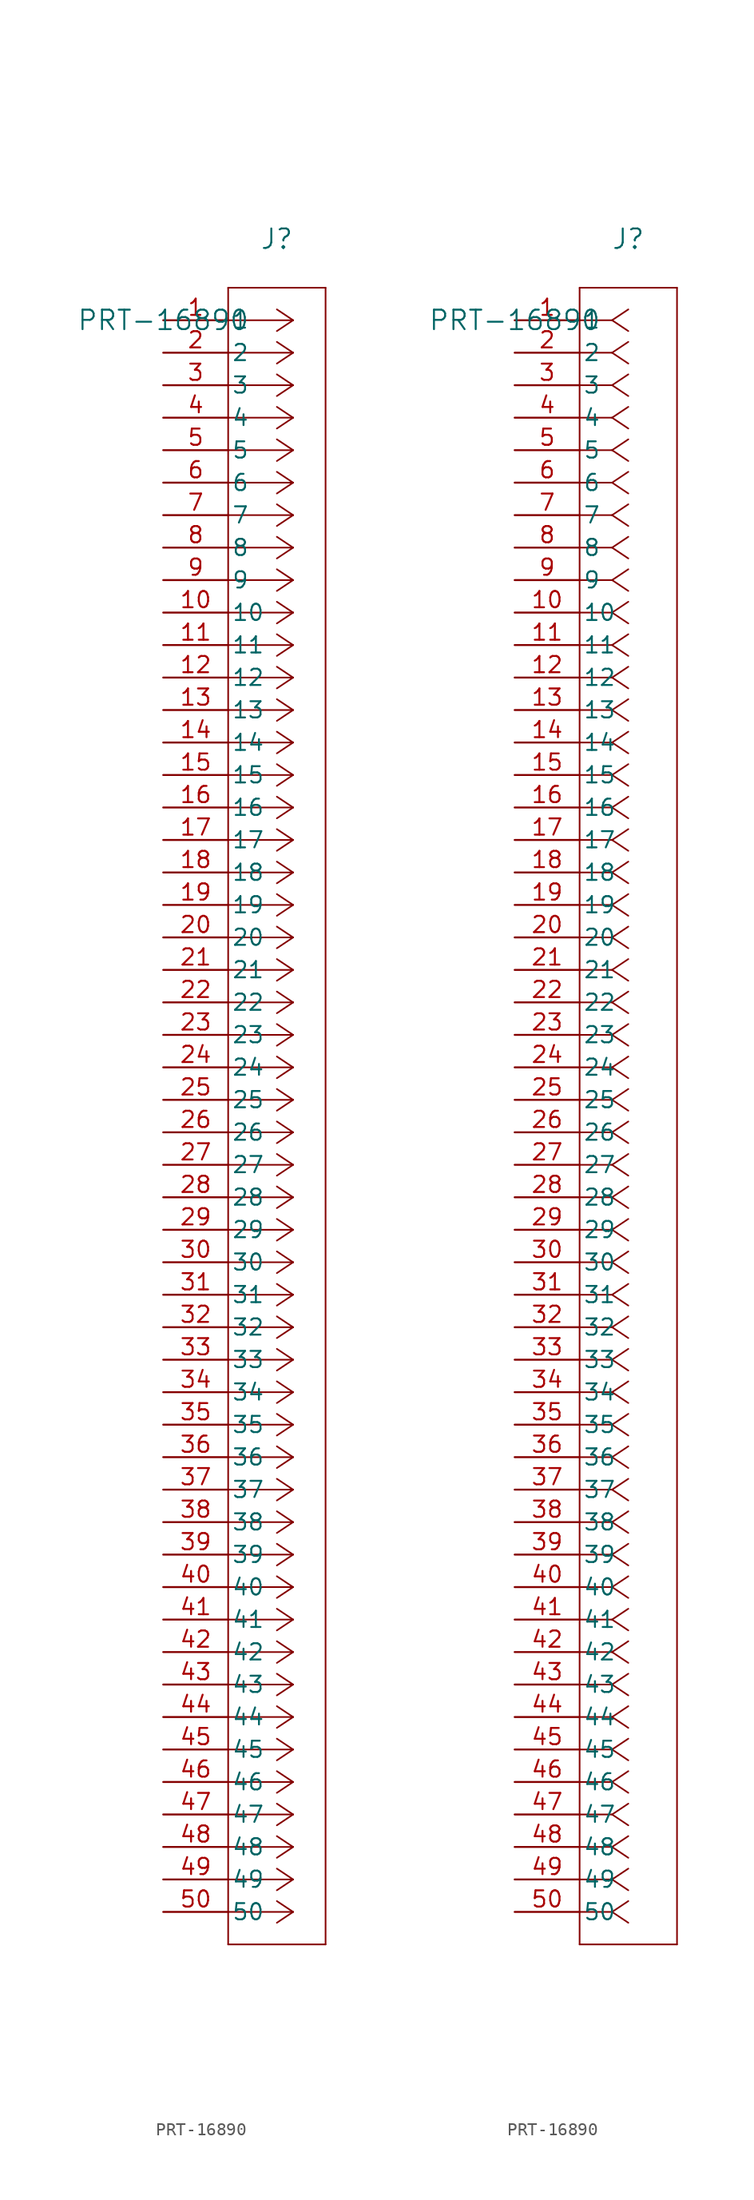
<source format=kicad_sym>
(kicad_symbol_lib
  (version 20220914)
  (generator kicad_symbol_editor)
  (symbol "PRT-16890"
    (pin_names
      (offset 0.254))
    (property "Reference" "J"
      (at 8.89 6.35 0)
      (effects (font (size 1.524 1.524))))
    (property "Value" "PRT-16890"
      (at 0 0 0)
      (effects (font (size 1.524 1.524))))
    (property "ki_locked" ""
      (at 0 0 0)
      (effects (font (size 1.27 1.27))))
    (symbol "PRT-16890_1_1"
      (polyline (pts (xy 5.08 -127) (xy 12.7 -127)) (stroke (width 0.127) (type default)) (fill (type none)))
      (polyline (pts (xy 5.08 2.54) (xy 5.08 -127)) (stroke (width 0.127) (type default)) (fill (type none)))
      (polyline (pts (xy 10.16 -124.46) (xy 5.08 -124.46)) (stroke (width 0.127) (type default)) (fill (type none)))
      (polyline (pts (xy 10.16 -124.46) (xy 8.89 -125.307)) (stroke (width 0.127) (type default)) (fill (type none)))
      (polyline (pts (xy 10.16 -124.46) (xy 8.89 -123.613)) (stroke (width 0.127) (type default)) (fill (type none)))
      (polyline (pts (xy 10.16 -121.92) (xy 5.08 -121.92)) (stroke (width 0.127) (type default)) (fill (type none)))
      (polyline (pts (xy 10.16 -121.92) (xy 8.89 -122.767)) (stroke (width 0.127) (type default)) (fill (type none)))
      (polyline (pts (xy 10.16 -121.92) (xy 8.89 -121.073)) (stroke (width 0.127) (type default)) (fill (type none)))
      (polyline (pts (xy 10.16 -119.38) (xy 5.08 -119.38)) (stroke (width 0.127) (type default)) (fill (type none)))
      (polyline (pts (xy 10.16 -119.38) (xy 8.89 -120.227)) (stroke (width 0.127) (type default)) (fill (type none)))
      (polyline (pts (xy 10.16 -119.38) (xy 8.89 -118.533)) (stroke (width 0.127) (type default)) (fill (type none)))
      (polyline (pts (xy 10.16 -116.84) (xy 5.08 -116.84)) (stroke (width 0.127) (type default)) (fill (type none)))
      (polyline (pts (xy 10.16 -116.84) (xy 8.89 -117.687)) (stroke (width 0.127) (type default)) (fill (type none)))
      (polyline (pts (xy 10.16 -116.84) (xy 8.89 -115.993)) (stroke (width 0.127) (type default)) (fill (type none)))
      (polyline (pts (xy 10.16 -114.3) (xy 5.08 -114.3)) (stroke (width 0.127) (type default)) (fill (type none)))
      (polyline (pts (xy 10.16 -114.3) (xy 8.89 -115.147)) (stroke (width 0.127) (type default)) (fill (type none)))
      (polyline (pts (xy 10.16 -114.3) (xy 8.89 -113.453)) (stroke (width 0.127) (type default)) (fill (type none)))
      (polyline (pts (xy 10.16 -111.76) (xy 5.08 -111.76)) (stroke (width 0.127) (type default)) (fill (type none)))
      (polyline (pts (xy 10.16 -111.76) (xy 8.89 -112.607)) (stroke (width 0.127) (type default)) (fill (type none)))
      (polyline (pts (xy 10.16 -111.76) (xy 8.89 -110.913)) (stroke (width 0.127) (type default)) (fill (type none)))
      (polyline (pts (xy 10.16 -109.22) (xy 5.08 -109.22)) (stroke (width 0.127) (type default)) (fill (type none)))
      (polyline (pts (xy 10.16 -109.22) (xy 8.89 -110.067)) (stroke (width 0.127) (type default)) (fill (type none)))
      (polyline (pts (xy 10.16 -109.22) (xy 8.89 -108.373)) (stroke (width 0.127) (type default)) (fill (type none)))
      (polyline (pts (xy 10.16 -106.68) (xy 5.08 -106.68)) (stroke (width 0.127) (type default)) (fill (type none)))
      (polyline (pts (xy 10.16 -106.68) (xy 8.89 -107.527)) (stroke (width 0.127) (type default)) (fill (type none)))
      (polyline (pts (xy 10.16 -106.68) (xy 8.89 -105.833)) (stroke (width 0.127) (type default)) (fill (type none)))
      (polyline (pts (xy 10.16 -104.14) (xy 5.08 -104.14)) (stroke (width 0.127) (type default)) (fill (type none)))
      (polyline (pts (xy 10.16 -104.14) (xy 8.89 -104.987)) (stroke (width 0.127) (type default)) (fill (type none)))
      (polyline (pts (xy 10.16 -104.14) (xy 8.89 -103.293)) (stroke (width 0.127) (type default)) (fill (type none)))
      (polyline (pts (xy 10.16 -101.6) (xy 5.08 -101.6)) (stroke (width 0.127) (type default)) (fill (type none)))
      (polyline (pts (xy 10.16 -101.6) (xy 8.89 -102.447)) (stroke (width 0.127) (type default)) (fill (type none)))
      (polyline (pts (xy 10.16 -101.6) (xy 8.89 -100.753)) (stroke (width 0.127) (type default)) (fill (type none)))
      (polyline (pts (xy 10.16 -99.06) (xy 5.08 -99.06)) (stroke (width 0.127) (type default)) (fill (type none)))
      (polyline (pts (xy 10.16 -99.06) (xy 8.89 -99.907)) (stroke (width 0.127) (type default)) (fill (type none)))
      (polyline (pts (xy 10.16 -99.06) (xy 8.89 -98.213)) (stroke (width 0.127) (type default)) (fill (type none)))
      (polyline (pts (xy 10.16 -96.52) (xy 5.08 -96.52)) (stroke (width 0.127) (type default)) (fill (type none)))
      (polyline (pts (xy 10.16 -96.52) (xy 8.89 -97.367)) (stroke (width 0.127) (type default)) (fill (type none)))
      (polyline (pts (xy 10.16 -96.52) (xy 8.89 -95.673)) (stroke (width 0.127) (type default)) (fill (type none)))
      (polyline (pts (xy 10.16 -93.98) (xy 5.08 -93.98)) (stroke (width 0.127) (type default)) (fill (type none)))
      (polyline (pts (xy 10.16 -93.98) (xy 8.89 -94.827)) (stroke (width 0.127) (type default)) (fill (type none)))
      (polyline (pts (xy 10.16 -93.98) (xy 8.89 -93.133)) (stroke (width 0.127) (type default)) (fill (type none)))
      (polyline (pts (xy 10.16 -91.44) (xy 5.08 -91.44)) (stroke (width 0.127) (type default)) (fill (type none)))
      (polyline (pts (xy 10.16 -91.44) (xy 8.89 -92.287)) (stroke (width 0.127) (type default)) (fill (type none)))
      (polyline (pts (xy 10.16 -91.44) (xy 8.89 -90.593)) (stroke (width 0.127) (type default)) (fill (type none)))
      (polyline (pts (xy 10.16 -88.9) (xy 5.08 -88.9)) (stroke (width 0.127) (type default)) (fill (type none)))
      (polyline (pts (xy 10.16 -88.9) (xy 8.89 -89.747)) (stroke (width 0.127) (type default)) (fill (type none)))
      (polyline (pts (xy 10.16 -88.9) (xy 8.89 -88.053)) (stroke (width 0.127) (type default)) (fill (type none)))
      (polyline (pts (xy 10.16 -86.36) (xy 5.08 -86.36)) (stroke (width 0.127) (type default)) (fill (type none)))
      (polyline (pts (xy 10.16 -86.36) (xy 8.89 -87.207)) (stroke (width 0.127) (type default)) (fill (type none)))
      (polyline (pts (xy 10.16 -86.36) (xy 8.89 -85.513)) (stroke (width 0.127) (type default)) (fill (type none)))
      (polyline (pts (xy 10.16 -83.82) (xy 5.08 -83.82)) (stroke (width 0.127) (type default)) (fill (type none)))
      (polyline (pts (xy 10.16 -83.82) (xy 8.89 -84.667)) (stroke (width 0.127) (type default)) (fill (type none)))
      (polyline (pts (xy 10.16 -83.82) (xy 8.89 -82.973)) (stroke (width 0.127) (type default)) (fill (type none)))
      (polyline (pts (xy 10.16 -81.28) (xy 5.08 -81.28)) (stroke (width 0.127) (type default)) (fill (type none)))
      (polyline (pts (xy 10.16 -81.28) (xy 8.89 -82.127)) (stroke (width 0.127) (type default)) (fill (type none)))
      (polyline (pts (xy 10.16 -81.28) (xy 8.89 -80.433)) (stroke (width 0.127) (type default)) (fill (type none)))
      (polyline (pts (xy 10.16 -78.74) (xy 5.08 -78.74)) (stroke (width 0.127) (type default)) (fill (type none)))
      (polyline (pts (xy 10.16 -78.74) (xy 8.89 -79.587)) (stroke (width 0.127) (type default)) (fill (type none)))
      (polyline (pts (xy 10.16 -78.74) (xy 8.89 -77.893)) (stroke (width 0.127) (type default)) (fill (type none)))
      (polyline (pts (xy 10.16 -76.2) (xy 5.08 -76.2)) (stroke (width 0.127) (type default)) (fill (type none)))
      (polyline (pts (xy 10.16 -76.2) (xy 8.89 -77.047)) (stroke (width 0.127) (type default)) (fill (type none)))
      (polyline (pts (xy 10.16 -76.2) (xy 8.89 -75.353)) (stroke (width 0.127) (type default)) (fill (type none)))
      (polyline (pts (xy 10.16 -73.66) (xy 5.08 -73.66)) (stroke (width 0.127) (type default)) (fill (type none)))
      (polyline (pts (xy 10.16 -73.66) (xy 8.89 -74.507)) (stroke (width 0.127) (type default)) (fill (type none)))
      (polyline (pts (xy 10.16 -73.66) (xy 8.89 -72.813)) (stroke (width 0.127) (type default)) (fill (type none)))
      (polyline (pts (xy 10.16 -71.12) (xy 5.08 -71.12)) (stroke (width 0.127) (type default)) (fill (type none)))
      (polyline (pts (xy 10.16 -71.12) (xy 8.89 -71.967)) (stroke (width 0.127) (type default)) (fill (type none)))
      (polyline (pts (xy 10.16 -71.12) (xy 8.89 -70.273)) (stroke (width 0.127) (type default)) (fill (type none)))
      (polyline (pts (xy 10.16 -68.58) (xy 5.08 -68.58)) (stroke (width 0.127) (type default)) (fill (type none)))
      (polyline (pts (xy 10.16 -68.58) (xy 8.89 -69.427)) (stroke (width 0.127) (type default)) (fill (type none)))
      (polyline (pts (xy 10.16 -68.58) (xy 8.89 -67.733)) (stroke (width 0.127) (type default)) (fill (type none)))
      (polyline (pts (xy 10.16 -66.04) (xy 5.08 -66.04)) (stroke (width 0.127) (type default)) (fill (type none)))
      (polyline (pts (xy 10.16 -66.04) (xy 8.89 -66.887)) (stroke (width 0.127) (type default)) (fill (type none)))
      (polyline (pts (xy 10.16 -66.04) (xy 8.89 -65.193)) (stroke (width 0.127) (type default)) (fill (type none)))
      (polyline (pts (xy 10.16 -63.5) (xy 5.08 -63.5)) (stroke (width 0.127) (type default)) (fill (type none)))
      (polyline (pts (xy 10.16 -63.5) (xy 8.89 -64.347)) (stroke (width 0.127) (type default)) (fill (type none)))
      (polyline (pts (xy 10.16 -63.5) (xy 8.89 -62.653)) (stroke (width 0.127) (type default)) (fill (type none)))
      (polyline (pts (xy 10.16 -60.96) (xy 5.08 -60.96)) (stroke (width 0.127) (type default)) (fill (type none)))
      (polyline (pts (xy 10.16 -60.96) (xy 8.89 -61.807)) (stroke (width 0.127) (type default)) (fill (type none)))
      (polyline (pts (xy 10.16 -60.96) (xy 8.89 -60.113)) (stroke (width 0.127) (type default)) (fill (type none)))
      (polyline (pts (xy 10.16 -58.42) (xy 5.08 -58.42)) (stroke (width 0.127) (type default)) (fill (type none)))
      (polyline (pts (xy 10.16 -58.42) (xy 8.89 -59.267)) (stroke (width 0.127) (type default)) (fill (type none)))
      (polyline (pts (xy 10.16 -58.42) (xy 8.89 -57.573)) (stroke (width 0.127) (type default)) (fill (type none)))
      (polyline (pts (xy 10.16 -55.88) (xy 5.08 -55.88)) (stroke (width 0.127) (type default)) (fill (type none)))
      (polyline (pts (xy 10.16 -55.88) (xy 8.89 -56.727)) (stroke (width 0.127) (type default)) (fill (type none)))
      (polyline (pts (xy 10.16 -55.88) (xy 8.89 -55.033)) (stroke (width 0.127) (type default)) (fill (type none)))
      (polyline (pts (xy 10.16 -53.34) (xy 5.08 -53.34)) (stroke (width 0.127) (type default)) (fill (type none)))
      (polyline (pts (xy 10.16 -53.34) (xy 8.89 -54.187)) (stroke (width 0.127) (type default)) (fill (type none)))
      (polyline (pts (xy 10.16 -53.34) (xy 8.89 -52.493)) (stroke (width 0.127) (type default)) (fill (type none)))
      (polyline (pts (xy 10.16 -50.8) (xy 5.08 -50.8)) (stroke (width 0.127) (type default)) (fill (type none)))
      (polyline (pts (xy 10.16 -50.8) (xy 8.89 -51.647)) (stroke (width 0.127) (type default)) (fill (type none)))
      (polyline (pts (xy 10.16 -50.8) (xy 8.89 -49.953)) (stroke (width 0.127) (type default)) (fill (type none)))
      (polyline (pts (xy 10.16 -48.26) (xy 5.08 -48.26)) (stroke (width 0.127) (type default)) (fill (type none)))
      (polyline (pts (xy 10.16 -48.26) (xy 8.89 -49.107)) (stroke (width 0.127) (type default)) (fill (type none)))
      (polyline (pts (xy 10.16 -48.26) (xy 8.89 -47.413)) (stroke (width 0.127) (type default)) (fill (type none)))
      (polyline (pts (xy 10.16 -45.72) (xy 5.08 -45.72)) (stroke (width 0.127) (type default)) (fill (type none)))
      (polyline (pts (xy 10.16 -45.72) (xy 8.89 -46.567)) (stroke (width 0.127) (type default)) (fill (type none)))
      (polyline (pts (xy 10.16 -45.72) (xy 8.89 -44.873)) (stroke (width 0.127) (type default)) (fill (type none)))
      (polyline (pts (xy 10.16 -43.18) (xy 5.08 -43.18)) (stroke (width 0.127) (type default)) (fill (type none)))
      (polyline (pts (xy 10.16 -43.18) (xy 8.89 -44.027)) (stroke (width 0.127) (type default)) (fill (type none)))
      (polyline (pts (xy 10.16 -43.18) (xy 8.89 -42.333)) (stroke (width 0.127) (type default)) (fill (type none)))
      (polyline (pts (xy 10.16 -40.64) (xy 5.08 -40.64)) (stroke (width 0.127) (type default)) (fill (type none)))
      (polyline (pts (xy 10.16 -40.64) (xy 8.89 -41.487)) (stroke (width 0.127) (type default)) (fill (type none)))
      (polyline (pts (xy 10.16 -40.64) (xy 8.89 -39.793)) (stroke (width 0.127) (type default)) (fill (type none)))
      (polyline (pts (xy 10.16 -38.1) (xy 5.08 -38.1)) (stroke (width 0.127) (type default)) (fill (type none)))
      (polyline (pts (xy 10.16 -38.1) (xy 8.89 -38.947)) (stroke (width 0.127) (type default)) (fill (type none)))
      (polyline (pts (xy 10.16 -38.1) (xy 8.89 -37.253)) (stroke (width 0.127) (type default)) (fill (type none)))
      (polyline (pts (xy 10.16 -35.56) (xy 5.08 -35.56)) (stroke (width 0.127) (type default)) (fill (type none)))
      (polyline (pts (xy 10.16 -35.56) (xy 8.89 -36.407)) (stroke (width 0.127) (type default)) (fill (type none)))
      (polyline (pts (xy 10.16 -35.56) (xy 8.89 -34.713)) (stroke (width 0.127) (type default)) (fill (type none)))
      (polyline (pts (xy 10.16 -33.02) (xy 5.08 -33.02)) (stroke (width 0.127) (type default)) (fill (type none)))
      (polyline (pts (xy 10.16 -33.02) (xy 8.89 -33.867)) (stroke (width 0.127) (type default)) (fill (type none)))
      (polyline (pts (xy 10.16 -33.02) (xy 8.89 -32.173)) (stroke (width 0.127) (type default)) (fill (type none)))
      (polyline (pts (xy 10.16 -30.48) (xy 5.08 -30.48)) (stroke (width 0.127) (type default)) (fill (type none)))
      (polyline (pts (xy 10.16 -30.48) (xy 8.89 -31.327)) (stroke (width 0.127) (type default)) (fill (type none)))
      (polyline (pts (xy 10.16 -30.48) (xy 8.89 -29.633)) (stroke (width 0.127) (type default)) (fill (type none)))
      (polyline (pts (xy 10.16 -27.94) (xy 5.08 -27.94)) (stroke (width 0.127) (type default)) (fill (type none)))
      (polyline (pts (xy 10.16 -27.94) (xy 8.89 -28.787)) (stroke (width 0.127) (type default)) (fill (type none)))
      (polyline (pts (xy 10.16 -27.94) (xy 8.89 -27.093)) (stroke (width 0.127) (type default)) (fill (type none)))
      (polyline (pts (xy 10.16 -25.4) (xy 5.08 -25.4)) (stroke (width 0.127) (type default)) (fill (type none)))
      (polyline (pts (xy 10.16 -25.4) (xy 8.89 -26.247)) (stroke (width 0.127) (type default)) (fill (type none)))
      (polyline (pts (xy 10.16 -25.4) (xy 8.89 -24.553)) (stroke (width 0.127) (type default)) (fill (type none)))
      (polyline (pts (xy 10.16 -22.86) (xy 5.08 -22.86)) (stroke (width 0.127) (type default)) (fill (type none)))
      (polyline (pts (xy 10.16 -22.86) (xy 8.89 -23.707)) (stroke (width 0.127) (type default)) (fill (type none)))
      (polyline (pts (xy 10.16 -22.86) (xy 8.89 -22.013)) (stroke (width 0.127) (type default)) (fill (type none)))
      (polyline (pts (xy 10.16 -20.32) (xy 5.08 -20.32)) (stroke (width 0.127) (type default)) (fill (type none)))
      (polyline (pts (xy 10.16 -20.32) (xy 8.89 -21.167)) (stroke (width 0.127) (type default)) (fill (type none)))
      (polyline (pts (xy 10.16 -20.32) (xy 8.89 -19.473)) (stroke (width 0.127) (type default)) (fill (type none)))
      (polyline (pts (xy 10.16 -17.78) (xy 5.08 -17.78)) (stroke (width 0.127) (type default)) (fill (type none)))
      (polyline (pts (xy 10.16 -17.78) (xy 8.89 -18.627)) (stroke (width 0.127) (type default)) (fill (type none)))
      (polyline (pts (xy 10.16 -17.78) (xy 8.89 -16.933)) (stroke (width 0.127) (type default)) (fill (type none)))
      (polyline (pts (xy 10.16 -15.24) (xy 5.08 -15.24)) (stroke (width 0.127) (type default)) (fill (type none)))
      (polyline (pts (xy 10.16 -15.24) (xy 8.89 -16.087)) (stroke (width 0.127) (type default)) (fill (type none)))
      (polyline (pts (xy 10.16 -15.24) (xy 8.89 -14.393)) (stroke (width 0.127) (type default)) (fill (type none)))
      (polyline (pts (xy 10.16 -12.7) (xy 5.08 -12.7)) (stroke (width 0.127) (type default)) (fill (type none)))
      (polyline (pts (xy 10.16 -12.7) (xy 8.89 -13.547)) (stroke (width 0.127) (type default)) (fill (type none)))
      (polyline (pts (xy 10.16 -12.7) (xy 8.89 -11.853)) (stroke (width 0.127) (type default)) (fill (type none)))
      (polyline (pts (xy 10.16 -10.16) (xy 5.08 -10.16)) (stroke (width 0.127) (type default)) (fill (type none)))
      (polyline (pts (xy 10.16 -10.16) (xy 8.89 -11.007)) (stroke (width 0.127) (type default)) (fill (type none)))
      (polyline (pts (xy 10.16 -10.16) (xy 8.89 -9.313)) (stroke (width 0.127) (type default)) (fill (type none)))
      (polyline (pts (xy 10.16 -7.62) (xy 5.08 -7.62)) (stroke (width 0.127) (type default)) (fill (type none)))
      (polyline (pts (xy 10.16 -7.62) (xy 8.89 -8.467)) (stroke (width 0.127) (type default)) (fill (type none)))
      (polyline (pts (xy 10.16 -7.62) (xy 8.89 -6.773)) (stroke (width 0.127) (type default)) (fill (type none)))
      (polyline (pts (xy 10.16 -5.08) (xy 5.08 -5.08)) (stroke (width 0.127) (type default)) (fill (type none)))
      (polyline (pts (xy 10.16 -5.08) (xy 8.89 -5.927)) (stroke (width 0.127) (type default)) (fill (type none)))
      (polyline (pts (xy 10.16 -5.08) (xy 8.89 -4.233)) (stroke (width 0.127) (type default)) (fill (type none)))
      (polyline (pts (xy 10.16 -2.54) (xy 5.08 -2.54)) (stroke (width 0.127) (type default)) (fill (type none)))
      (polyline (pts (xy 10.16 -2.54) (xy 8.89 -3.387)) (stroke (width 0.127) (type default)) (fill (type none)))
      (polyline (pts (xy 10.16 -2.54) (xy 8.89 -1.693)) (stroke (width 0.127) (type default)) (fill (type none)))
      (polyline (pts (xy 10.16 0) (xy 5.08 0)) (stroke (width 0.127) (type default)) (fill (type none)))
      (polyline (pts (xy 10.16 0) (xy 8.89 -0.847)) (stroke (width 0.127) (type default)) (fill (type none)))
      (polyline (pts (xy 10.16 0) (xy 8.89 0.847)) (stroke (width 0.127) (type default)) (fill (type none)))
      (polyline (pts (xy 12.7 -127) (xy 12.7 2.54)) (stroke (width 0.127) (type default)) (fill (type none)))
      (polyline (pts (xy 12.7 2.54) (xy 5.08 2.54)) (stroke (width 0.127) (type default)) (fill (type none)))
      (pin unspecified line (at 0 0 0) (length 5.08) (name "1" (effects (font (size 1.27 1.27)))) (number "1" (effects (font (size 1.27 1.27)))))
      (pin unspecified line (at 0 -22.86 0) (length 5.08) (name "10" (effects (font (size 1.27 1.27)))) (number "10" (effects (font (size 1.27 1.27)))))
      (pin unspecified line (at 0 -25.4 0) (length 5.08) (name "11" (effects (font (size 1.27 1.27)))) (number "11" (effects (font (size 1.27 1.27)))))
      (pin unspecified line (at 0 -27.94 0) (length 5.08) (name "12" (effects (font (size 1.27 1.27)))) (number "12" (effects (font (size 1.27 1.27)))))
      (pin unspecified line (at 0 -30.48 0) (length 5.08) (name "13" (effects (font (size 1.27 1.27)))) (number "13" (effects (font (size 1.27 1.27)))))
      (pin unspecified line (at 0 -33.02 0) (length 5.08) (name "14" (effects (font (size 1.27 1.27)))) (number "14" (effects (font (size 1.27 1.27)))))
      (pin unspecified line (at 0 -35.56 0) (length 5.08) (name "15" (effects (font (size 1.27 1.27)))) (number "15" (effects (font (size 1.27 1.27)))))
      (pin unspecified line (at 0 -38.1 0) (length 5.08) (name "16" (effects (font (size 1.27 1.27)))) (number "16" (effects (font (size 1.27 1.27)))))
      (pin unspecified line (at 0 -40.64 0) (length 5.08) (name "17" (effects (font (size 1.27 1.27)))) (number "17" (effects (font (size 1.27 1.27)))))
      (pin unspecified line (at 0 -43.18 0) (length 5.08) (name "18" (effects (font (size 1.27 1.27)))) (number "18" (effects (font (size 1.27 1.27)))))
      (pin unspecified line (at 0 -45.72 0) (length 5.08) (name "19" (effects (font (size 1.27 1.27)))) (number "19" (effects (font (size 1.27 1.27)))))
      (pin unspecified line (at 0 -2.54 0) (length 5.08) (name "2" (effects (font (size 1.27 1.27)))) (number "2" (effects (font (size 1.27 1.27)))))
      (pin unspecified line (at 0 -48.26 0) (length 5.08) (name "20" (effects (font (size 1.27 1.27)))) (number "20" (effects (font (size 1.27 1.27)))))
      (pin unspecified line (at 0 -50.8 0) (length 5.08) (name "21" (effects (font (size 1.27 1.27)))) (number "21" (effects (font (size 1.27 1.27)))))
      (pin unspecified line (at 0 -53.34 0) (length 5.08) (name "22" (effects (font (size 1.27 1.27)))) (number "22" (effects (font (size 1.27 1.27)))))
      (pin unspecified line (at 0 -55.88 0) (length 5.08) (name "23" (effects (font (size 1.27 1.27)))) (number "23" (effects (font (size 1.27 1.27)))))
      (pin unspecified line (at 0 -58.42 0) (length 5.08) (name "24" (effects (font (size 1.27 1.27)))) (number "24" (effects (font (size 1.27 1.27)))))
      (pin unspecified line (at 0 -60.96 0) (length 5.08) (name "25" (effects (font (size 1.27 1.27)))) (number "25" (effects (font (size 1.27 1.27)))))
      (pin unspecified line (at 0 -63.5 0) (length 5.08) (name "26" (effects (font (size 1.27 1.27)))) (number "26" (effects (font (size 1.27 1.27)))))
      (pin unspecified line (at 0 -66.04 0) (length 5.08) (name "27" (effects (font (size 1.27 1.27)))) (number "27" (effects (font (size 1.27 1.27)))))
      (pin unspecified line (at 0 -68.58 0) (length 5.08) (name "28" (effects (font (size 1.27 1.27)))) (number "28" (effects (font (size 1.27 1.27)))))
      (pin unspecified line (at 0 -71.12 0) (length 5.08) (name "29" (effects (font (size 1.27 1.27)))) (number "29" (effects (font (size 1.27 1.27)))))
      (pin unspecified line (at 0 -5.08 0) (length 5.08) (name "3" (effects (font (size 1.27 1.27)))) (number "3" (effects (font (size 1.27 1.27)))))
      (pin unspecified line (at 0 -73.66 0) (length 5.08) (name "30" (effects (font (size 1.27 1.27)))) (number "30" (effects (font (size 1.27 1.27)))))
      (pin unspecified line (at 0 -76.2 0) (length 5.08) (name "31" (effects (font (size 1.27 1.27)))) (number "31" (effects (font (size 1.27 1.27)))))
      (pin unspecified line (at 0 -78.74 0) (length 5.08) (name "32" (effects (font (size 1.27 1.27)))) (number "32" (effects (font (size 1.27 1.27)))))
      (pin unspecified line (at 0 -81.28 0) (length 5.08) (name "33" (effects (font (size 1.27 1.27)))) (number "33" (effects (font (size 1.27 1.27)))))
      (pin unspecified line (at 0 -83.82 0) (length 5.08) (name "34" (effects (font (size 1.27 1.27)))) (number "34" (effects (font (size 1.27 1.27)))))
      (pin unspecified line (at 0 -86.36 0) (length 5.08) (name "35" (effects (font (size 1.27 1.27)))) (number "35" (effects (font (size 1.27 1.27)))))
      (pin unspecified line (at 0 -88.9 0) (length 5.08) (name "36" (effects (font (size 1.27 1.27)))) (number "36" (effects (font (size 1.27 1.27)))))
      (pin unspecified line (at 0 -91.44 0) (length 5.08) (name "37" (effects (font (size 1.27 1.27)))) (number "37" (effects (font (size 1.27 1.27)))))
      (pin unspecified line (at 0 -93.98 0) (length 5.08) (name "38" (effects (font (size 1.27 1.27)))) (number "38" (effects (font (size 1.27 1.27)))))
      (pin unspecified line (at 0 -96.52 0) (length 5.08) (name "39" (effects (font (size 1.27 1.27)))) (number "39" (effects (font (size 1.27 1.27)))))
      (pin unspecified line (at 0 -7.62 0) (length 5.08) (name "4" (effects (font (size 1.27 1.27)))) (number "4" (effects (font (size 1.27 1.27)))))
      (pin unspecified line (at 0 -99.06 0) (length 5.08) (name "40" (effects (font (size 1.27 1.27)))) (number "40" (effects (font (size 1.27 1.27)))))
      (pin unspecified line (at 0 -101.6 0) (length 5.08) (name "41" (effects (font (size 1.27 1.27)))) (number "41" (effects (font (size 1.27 1.27)))))
      (pin unspecified line (at 0 -104.14 0) (length 5.08) (name "42" (effects (font (size 1.27 1.27)))) (number "42" (effects (font (size 1.27 1.27)))))
      (pin unspecified line (at 0 -106.68 0) (length 5.08) (name "43" (effects (font (size 1.27 1.27)))) (number "43" (effects (font (size 1.27 1.27)))))
      (pin unspecified line (at 0 -109.22 0) (length 5.08) (name "44" (effects (font (size 1.27 1.27)))) (number "44" (effects (font (size 1.27 1.27)))))
      (pin unspecified line (at 0 -111.76 0) (length 5.08) (name "45" (effects (font (size 1.27 1.27)))) (number "45" (effects (font (size 1.27 1.27)))))
      (pin unspecified line (at 0 -114.3 0) (length 5.08) (name "46" (effects (font (size 1.27 1.27)))) (number "46" (effects (font (size 1.27 1.27)))))
      (pin unspecified line (at 0 -116.84 0) (length 5.08) (name "47" (effects (font (size 1.27 1.27)))) (number "47" (effects (font (size 1.27 1.27)))))
      (pin unspecified line (at 0 -119.38 0) (length 5.08) (name "48" (effects (font (size 1.27 1.27)))) (number "48" (effects (font (size 1.27 1.27)))))
      (pin unspecified line (at 0 -121.92 0) (length 5.08) (name "49" (effects (font (size 1.27 1.27)))) (number "49" (effects (font (size 1.27 1.27)))))
      (pin unspecified line (at 0 -10.16 0) (length 5.08) (name "5" (effects (font (size 1.27 1.27)))) (number "5" (effects (font (size 1.27 1.27)))))
      (pin unspecified line (at 0 -124.46 0) (length 5.08) (name "50" (effects (font (size 1.27 1.27)))) (number "50" (effects (font (size 1.27 1.27)))))
      (pin unspecified line (at 0 -12.7 0) (length 5.08) (name "6" (effects (font (size 1.27 1.27)))) (number "6" (effects (font (size 1.27 1.27)))))
      (pin unspecified line (at 0 -15.24 0) (length 5.08) (name "7" (effects (font (size 1.27 1.27)))) (number "7" (effects (font (size 1.27 1.27)))))
      (pin unspecified line (at 0 -17.78 0) (length 5.08) (name "8" (effects (font (size 1.27 1.27)))) (number "8" (effects (font (size 1.27 1.27)))))
      (pin unspecified line (at 0 -20.32 0) (length 5.08) (name "9" (effects (font (size 1.27 1.27)))) (number "9" (effects (font (size 1.27 1.27))))))
    (symbol "PRT-16890_1_2"
      (polyline (pts (xy 5.08 -127) (xy 12.7 -127)) (stroke (width 0.127) (type default)) (fill (type none)))
      (polyline (pts (xy 5.08 2.54) (xy 5.08 -127)) (stroke (width 0.127) (type default)) (fill (type none)))
      (polyline (pts (xy 7.62 -124.46) (xy 5.08 -124.46)) (stroke (width 0.127) (type default)) (fill (type none)))
      (polyline (pts (xy 7.62 -124.46) (xy 8.89 -125.307)) (stroke (width 0.127) (type default)) (fill (type none)))
      (polyline (pts (xy 7.62 -124.46) (xy 8.89 -123.613)) (stroke (width 0.127) (type default)) (fill (type none)))
      (polyline (pts (xy 7.62 -121.92) (xy 5.08 -121.92)) (stroke (width 0.127) (type default)) (fill (type none)))
      (polyline (pts (xy 7.62 -121.92) (xy 8.89 -122.767)) (stroke (width 0.127) (type default)) (fill (type none)))
      (polyline (pts (xy 7.62 -121.92) (xy 8.89 -121.073)) (stroke (width 0.127) (type default)) (fill (type none)))
      (polyline (pts (xy 7.62 -119.38) (xy 5.08 -119.38)) (stroke (width 0.127) (type default)) (fill (type none)))
      (polyline (pts (xy 7.62 -119.38) (xy 8.89 -120.227)) (stroke (width 0.127) (type default)) (fill (type none)))
      (polyline (pts (xy 7.62 -119.38) (xy 8.89 -118.533)) (stroke (width 0.127) (type default)) (fill (type none)))
      (polyline (pts (xy 7.62 -116.84) (xy 5.08 -116.84)) (stroke (width 0.127) (type default)) (fill (type none)))
      (polyline (pts (xy 7.62 -116.84) (xy 8.89 -117.687)) (stroke (width 0.127) (type default)) (fill (type none)))
      (polyline (pts (xy 7.62 -116.84) (xy 8.89 -115.993)) (stroke (width 0.127) (type default)) (fill (type none)))
      (polyline (pts (xy 7.62 -114.3) (xy 5.08 -114.3)) (stroke (width 0.127) (type default)) (fill (type none)))
      (polyline (pts (xy 7.62 -114.3) (xy 8.89 -115.147)) (stroke (width 0.127) (type default)) (fill (type none)))
      (polyline (pts (xy 7.62 -114.3) (xy 8.89 -113.453)) (stroke (width 0.127) (type default)) (fill (type none)))
      (polyline (pts (xy 7.62 -111.76) (xy 5.08 -111.76)) (stroke (width 0.127) (type default)) (fill (type none)))
      (polyline (pts (xy 7.62 -111.76) (xy 8.89 -112.607)) (stroke (width 0.127) (type default)) (fill (type none)))
      (polyline (pts (xy 7.62 -111.76) (xy 8.89 -110.913)) (stroke (width 0.127) (type default)) (fill (type none)))
      (polyline (pts (xy 7.62 -109.22) (xy 5.08 -109.22)) (stroke (width 0.127) (type default)) (fill (type none)))
      (polyline (pts (xy 7.62 -109.22) (xy 8.89 -110.067)) (stroke (width 0.127) (type default)) (fill (type none)))
      (polyline (pts (xy 7.62 -109.22) (xy 8.89 -108.373)) (stroke (width 0.127) (type default)) (fill (type none)))
      (polyline (pts (xy 7.62 -106.68) (xy 5.08 -106.68)) (stroke (width 0.127) (type default)) (fill (type none)))
      (polyline (pts (xy 7.62 -106.68) (xy 8.89 -107.527)) (stroke (width 0.127) (type default)) (fill (type none)))
      (polyline (pts (xy 7.62 -106.68) (xy 8.89 -105.833)) (stroke (width 0.127) (type default)) (fill (type none)))
      (polyline (pts (xy 7.62 -104.14) (xy 5.08 -104.14)) (stroke (width 0.127) (type default)) (fill (type none)))
      (polyline (pts (xy 7.62 -104.14) (xy 8.89 -104.987)) (stroke (width 0.127) (type default)) (fill (type none)))
      (polyline (pts (xy 7.62 -104.14) (xy 8.89 -103.293)) (stroke (width 0.127) (type default)) (fill (type none)))
      (polyline (pts (xy 7.62 -101.6) (xy 5.08 -101.6)) (stroke (width 0.127) (type default)) (fill (type none)))
      (polyline (pts (xy 7.62 -101.6) (xy 8.89 -102.447)) (stroke (width 0.127) (type default)) (fill (type none)))
      (polyline (pts (xy 7.62 -101.6) (xy 8.89 -100.753)) (stroke (width 0.127) (type default)) (fill (type none)))
      (polyline (pts (xy 7.62 -99.06) (xy 5.08 -99.06)) (stroke (width 0.127) (type default)) (fill (type none)))
      (polyline (pts (xy 7.62 -99.06) (xy 8.89 -99.907)) (stroke (width 0.127) (type default)) (fill (type none)))
      (polyline (pts (xy 7.62 -99.06) (xy 8.89 -98.213)) (stroke (width 0.127) (type default)) (fill (type none)))
      (polyline (pts (xy 7.62 -96.52) (xy 5.08 -96.52)) (stroke (width 0.127) (type default)) (fill (type none)))
      (polyline (pts (xy 7.62 -96.52) (xy 8.89 -97.367)) (stroke (width 0.127) (type default)) (fill (type none)))
      (polyline (pts (xy 7.62 -96.52) (xy 8.89 -95.673)) (stroke (width 0.127) (type default)) (fill (type none)))
      (polyline (pts (xy 7.62 -93.98) (xy 5.08 -93.98)) (stroke (width 0.127) (type default)) (fill (type none)))
      (polyline (pts (xy 7.62 -93.98) (xy 8.89 -94.827)) (stroke (width 0.127) (type default)) (fill (type none)))
      (polyline (pts (xy 7.62 -93.98) (xy 8.89 -93.133)) (stroke (width 0.127) (type default)) (fill (type none)))
      (polyline (pts (xy 7.62 -91.44) (xy 5.08 -91.44)) (stroke (width 0.127) (type default)) (fill (type none)))
      (polyline (pts (xy 7.62 -91.44) (xy 8.89 -92.287)) (stroke (width 0.127) (type default)) (fill (type none)))
      (polyline (pts (xy 7.62 -91.44) (xy 8.89 -90.593)) (stroke (width 0.127) (type default)) (fill (type none)))
      (polyline (pts (xy 7.62 -88.9) (xy 5.08 -88.9)) (stroke (width 0.127) (type default)) (fill (type none)))
      (polyline (pts (xy 7.62 -88.9) (xy 8.89 -89.747)) (stroke (width 0.127) (type default)) (fill (type none)))
      (polyline (pts (xy 7.62 -88.9) (xy 8.89 -88.053)) (stroke (width 0.127) (type default)) (fill (type none)))
      (polyline (pts (xy 7.62 -86.36) (xy 5.08 -86.36)) (stroke (width 0.127) (type default)) (fill (type none)))
      (polyline (pts (xy 7.62 -86.36) (xy 8.89 -87.207)) (stroke (width 0.127) (type default)) (fill (type none)))
      (polyline (pts (xy 7.62 -86.36) (xy 8.89 -85.513)) (stroke (width 0.127) (type default)) (fill (type none)))
      (polyline (pts (xy 7.62 -83.82) (xy 5.08 -83.82)) (stroke (width 0.127) (type default)) (fill (type none)))
      (polyline (pts (xy 7.62 -83.82) (xy 8.89 -84.667)) (stroke (width 0.127) (type default)) (fill (type none)))
      (polyline (pts (xy 7.62 -83.82) (xy 8.89 -82.973)) (stroke (width 0.127) (type default)) (fill (type none)))
      (polyline (pts (xy 7.62 -81.28) (xy 5.08 -81.28)) (stroke (width 0.127) (type default)) (fill (type none)))
      (polyline (pts (xy 7.62 -81.28) (xy 8.89 -82.127)) (stroke (width 0.127) (type default)) (fill (type none)))
      (polyline (pts (xy 7.62 -81.28) (xy 8.89 -80.433)) (stroke (width 0.127) (type default)) (fill (type none)))
      (polyline (pts (xy 7.62 -78.74) (xy 5.08 -78.74)) (stroke (width 0.127) (type default)) (fill (type none)))
      (polyline (pts (xy 7.62 -78.74) (xy 8.89 -79.587)) (stroke (width 0.127) (type default)) (fill (type none)))
      (polyline (pts (xy 7.62 -78.74) (xy 8.89 -77.893)) (stroke (width 0.127) (type default)) (fill (type none)))
      (polyline (pts (xy 7.62 -76.2) (xy 5.08 -76.2)) (stroke (width 0.127) (type default)) (fill (type none)))
      (polyline (pts (xy 7.62 -76.2) (xy 8.89 -77.047)) (stroke (width 0.127) (type default)) (fill (type none)))
      (polyline (pts (xy 7.62 -76.2) (xy 8.89 -75.353)) (stroke (width 0.127) (type default)) (fill (type none)))
      (polyline (pts (xy 7.62 -73.66) (xy 5.08 -73.66)) (stroke (width 0.127) (type default)) (fill (type none)))
      (polyline (pts (xy 7.62 -73.66) (xy 8.89 -74.507)) (stroke (width 0.127) (type default)) (fill (type none)))
      (polyline (pts (xy 7.62 -73.66) (xy 8.89 -72.813)) (stroke (width 0.127) (type default)) (fill (type none)))
      (polyline (pts (xy 7.62 -71.12) (xy 5.08 -71.12)) (stroke (width 0.127) (type default)) (fill (type none)))
      (polyline (pts (xy 7.62 -71.12) (xy 8.89 -71.967)) (stroke (width 0.127) (type default)) (fill (type none)))
      (polyline (pts (xy 7.62 -71.12) (xy 8.89 -70.273)) (stroke (width 0.127) (type default)) (fill (type none)))
      (polyline (pts (xy 7.62 -68.58) (xy 5.08 -68.58)) (stroke (width 0.127) (type default)) (fill (type none)))
      (polyline (pts (xy 7.62 -68.58) (xy 8.89 -69.427)) (stroke (width 0.127) (type default)) (fill (type none)))
      (polyline (pts (xy 7.62 -68.58) (xy 8.89 -67.733)) (stroke (width 0.127) (type default)) (fill (type none)))
      (polyline (pts (xy 7.62 -66.04) (xy 5.08 -66.04)) (stroke (width 0.127) (type default)) (fill (type none)))
      (polyline (pts (xy 7.62 -66.04) (xy 8.89 -66.887)) (stroke (width 0.127) (type default)) (fill (type none)))
      (polyline (pts (xy 7.62 -66.04) (xy 8.89 -65.193)) (stroke (width 0.127) (type default)) (fill (type none)))
      (polyline (pts (xy 7.62 -63.5) (xy 5.08 -63.5)) (stroke (width 0.127) (type default)) (fill (type none)))
      (polyline (pts (xy 7.62 -63.5) (xy 8.89 -64.347)) (stroke (width 0.127) (type default)) (fill (type none)))
      (polyline (pts (xy 7.62 -63.5) (xy 8.89 -62.653)) (stroke (width 0.127) (type default)) (fill (type none)))
      (polyline (pts (xy 7.62 -60.96) (xy 5.08 -60.96)) (stroke (width 0.127) (type default)) (fill (type none)))
      (polyline (pts (xy 7.62 -60.96) (xy 8.89 -61.807)) (stroke (width 0.127) (type default)) (fill (type none)))
      (polyline (pts (xy 7.62 -60.96) (xy 8.89 -60.113)) (stroke (width 0.127) (type default)) (fill (type none)))
      (polyline (pts (xy 7.62 -58.42) (xy 5.08 -58.42)) (stroke (width 0.127) (type default)) (fill (type none)))
      (polyline (pts (xy 7.62 -58.42) (xy 8.89 -59.267)) (stroke (width 0.127) (type default)) (fill (type none)))
      (polyline (pts (xy 7.62 -58.42) (xy 8.89 -57.573)) (stroke (width 0.127) (type default)) (fill (type none)))
      (polyline (pts (xy 7.62 -55.88) (xy 5.08 -55.88)) (stroke (width 0.127) (type default)) (fill (type none)))
      (polyline (pts (xy 7.62 -55.88) (xy 8.89 -56.727)) (stroke (width 0.127) (type default)) (fill (type none)))
      (polyline (pts (xy 7.62 -55.88) (xy 8.89 -55.033)) (stroke (width 0.127) (type default)) (fill (type none)))
      (polyline (pts (xy 7.62 -53.34) (xy 5.08 -53.34)) (stroke (width 0.127) (type default)) (fill (type none)))
      (polyline (pts (xy 7.62 -53.34) (xy 8.89 -54.187)) (stroke (width 0.127) (type default)) (fill (type none)))
      (polyline (pts (xy 7.62 -53.34) (xy 8.89 -52.493)) (stroke (width 0.127) (type default)) (fill (type none)))
      (polyline (pts (xy 7.62 -50.8) (xy 5.08 -50.8)) (stroke (width 0.127) (type default)) (fill (type none)))
      (polyline (pts (xy 7.62 -50.8) (xy 8.89 -51.647)) (stroke (width 0.127) (type default)) (fill (type none)))
      (polyline (pts (xy 7.62 -50.8) (xy 8.89 -49.953)) (stroke (width 0.127) (type default)) (fill (type none)))
      (polyline (pts (xy 7.62 -48.26) (xy 5.08 -48.26)) (stroke (width 0.127) (type default)) (fill (type none)))
      (polyline (pts (xy 7.62 -48.26) (xy 8.89 -49.107)) (stroke (width 0.127) (type default)) (fill (type none)))
      (polyline (pts (xy 7.62 -48.26) (xy 8.89 -47.413)) (stroke (width 0.127) (type default)) (fill (type none)))
      (polyline (pts (xy 7.62 -45.72) (xy 5.08 -45.72)) (stroke (width 0.127) (type default)) (fill (type none)))
      (polyline (pts (xy 7.62 -45.72) (xy 8.89 -46.567)) (stroke (width 0.127) (type default)) (fill (type none)))
      (polyline (pts (xy 7.62 -45.72) (xy 8.89 -44.873)) (stroke (width 0.127) (type default)) (fill (type none)))
      (polyline (pts (xy 7.62 -43.18) (xy 5.08 -43.18)) (stroke (width 0.127) (type default)) (fill (type none)))
      (polyline (pts (xy 7.62 -43.18) (xy 8.89 -44.027)) (stroke (width 0.127) (type default)) (fill (type none)))
      (polyline (pts (xy 7.62 -43.18) (xy 8.89 -42.333)) (stroke (width 0.127) (type default)) (fill (type none)))
      (polyline (pts (xy 7.62 -40.64) (xy 5.08 -40.64)) (stroke (width 0.127) (type default)) (fill (type none)))
      (polyline (pts (xy 7.62 -40.64) (xy 8.89 -41.487)) (stroke (width 0.127) (type default)) (fill (type none)))
      (polyline (pts (xy 7.62 -40.64) (xy 8.89 -39.793)) (stroke (width 0.127) (type default)) (fill (type none)))
      (polyline (pts (xy 7.62 -38.1) (xy 5.08 -38.1)) (stroke (width 0.127) (type default)) (fill (type none)))
      (polyline (pts (xy 7.62 -38.1) (xy 8.89 -38.947)) (stroke (width 0.127) (type default)) (fill (type none)))
      (polyline (pts (xy 7.62 -38.1) (xy 8.89 -37.253)) (stroke (width 0.127) (type default)) (fill (type none)))
      (polyline (pts (xy 7.62 -35.56) (xy 5.08 -35.56)) (stroke (width 0.127) (type default)) (fill (type none)))
      (polyline (pts (xy 7.62 -35.56) (xy 8.89 -36.407)) (stroke (width 0.127) (type default)) (fill (type none)))
      (polyline (pts (xy 7.62 -35.56) (xy 8.89 -34.713)) (stroke (width 0.127) (type default)) (fill (type none)))
      (polyline (pts (xy 7.62 -33.02) (xy 5.08 -33.02)) (stroke (width 0.127) (type default)) (fill (type none)))
      (polyline (pts (xy 7.62 -33.02) (xy 8.89 -33.867)) (stroke (width 0.127) (type default)) (fill (type none)))
      (polyline (pts (xy 7.62 -33.02) (xy 8.89 -32.173)) (stroke (width 0.127) (type default)) (fill (type none)))
      (polyline (pts (xy 7.62 -30.48) (xy 5.08 -30.48)) (stroke (width 0.127) (type default)) (fill (type none)))
      (polyline (pts (xy 7.62 -30.48) (xy 8.89 -31.327)) (stroke (width 0.127) (type default)) (fill (type none)))
      (polyline (pts (xy 7.62 -30.48) (xy 8.89 -29.633)) (stroke (width 0.127) (type default)) (fill (type none)))
      (polyline (pts (xy 7.62 -27.94) (xy 5.08 -27.94)) (stroke (width 0.127) (type default)) (fill (type none)))
      (polyline (pts (xy 7.62 -27.94) (xy 8.89 -28.787)) (stroke (width 0.127) (type default)) (fill (type none)))
      (polyline (pts (xy 7.62 -27.94) (xy 8.89 -27.093)) (stroke (width 0.127) (type default)) (fill (type none)))
      (polyline (pts (xy 7.62 -25.4) (xy 5.08 -25.4)) (stroke (width 0.127) (type default)) (fill (type none)))
      (polyline (pts (xy 7.62 -25.4) (xy 8.89 -26.247)) (stroke (width 0.127) (type default)) (fill (type none)))
      (polyline (pts (xy 7.62 -25.4) (xy 8.89 -24.553)) (stroke (width 0.127) (type default)) (fill (type none)))
      (polyline (pts (xy 7.62 -22.86) (xy 5.08 -22.86)) (stroke (width 0.127) (type default)) (fill (type none)))
      (polyline (pts (xy 7.62 -22.86) (xy 8.89 -23.707)) (stroke (width 0.127) (type default)) (fill (type none)))
      (polyline (pts (xy 7.62 -22.86) (xy 8.89 -22.013)) (stroke (width 0.127) (type default)) (fill (type none)))
      (polyline (pts (xy 7.62 -20.32) (xy 5.08 -20.32)) (stroke (width 0.127) (type default)) (fill (type none)))
      (polyline (pts (xy 7.62 -20.32) (xy 8.89 -21.167)) (stroke (width 0.127) (type default)) (fill (type none)))
      (polyline (pts (xy 7.62 -20.32) (xy 8.89 -19.473)) (stroke (width 0.127) (type default)) (fill (type none)))
      (polyline (pts (xy 7.62 -17.78) (xy 5.08 -17.78)) (stroke (width 0.127) (type default)) (fill (type none)))
      (polyline (pts (xy 7.62 -17.78) (xy 8.89 -18.627)) (stroke (width 0.127) (type default)) (fill (type none)))
      (polyline (pts (xy 7.62 -17.78) (xy 8.89 -16.933)) (stroke (width 0.127) (type default)) (fill (type none)))
      (polyline (pts (xy 7.62 -15.24) (xy 5.08 -15.24)) (stroke (width 0.127) (type default)) (fill (type none)))
      (polyline (pts (xy 7.62 -15.24) (xy 8.89 -16.087)) (stroke (width 0.127) (type default)) (fill (type none)))
      (polyline (pts (xy 7.62 -15.24) (xy 8.89 -14.393)) (stroke (width 0.127) (type default)) (fill (type none)))
      (polyline (pts (xy 7.62 -12.7) (xy 5.08 -12.7)) (stroke (width 0.127) (type default)) (fill (type none)))
      (polyline (pts (xy 7.62 -12.7) (xy 8.89 -13.547)) (stroke (width 0.127) (type default)) (fill (type none)))
      (polyline (pts (xy 7.62 -12.7) (xy 8.89 -11.853)) (stroke (width 0.127) (type default)) (fill (type none)))
      (polyline (pts (xy 7.62 -10.16) (xy 5.08 -10.16)) (stroke (width 0.127) (type default)) (fill (type none)))
      (polyline (pts (xy 7.62 -10.16) (xy 8.89 -11.007)) (stroke (width 0.127) (type default)) (fill (type none)))
      (polyline (pts (xy 7.62 -10.16) (xy 8.89 -9.313)) (stroke (width 0.127) (type default)) (fill (type none)))
      (polyline (pts (xy 7.62 -7.62) (xy 5.08 -7.62)) (stroke (width 0.127) (type default)) (fill (type none)))
      (polyline (pts (xy 7.62 -7.62) (xy 8.89 -8.467)) (stroke (width 0.127) (type default)) (fill (type none)))
      (polyline (pts (xy 7.62 -7.62) (xy 8.89 -6.773)) (stroke (width 0.127) (type default)) (fill (type none)))
      (polyline (pts (xy 7.62 -5.08) (xy 5.08 -5.08)) (stroke (width 0.127) (type default)) (fill (type none)))
      (polyline (pts (xy 7.62 -5.08) (xy 8.89 -5.927)) (stroke (width 0.127) (type default)) (fill (type none)))
      (polyline (pts (xy 7.62 -5.08) (xy 8.89 -4.233)) (stroke (width 0.127) (type default)) (fill (type none)))
      (polyline (pts (xy 7.62 -2.54) (xy 5.08 -2.54)) (stroke (width 0.127) (type default)) (fill (type none)))
      (polyline (pts (xy 7.62 -2.54) (xy 8.89 -3.387)) (stroke (width 0.127) (type default)) (fill (type none)))
      (polyline (pts (xy 7.62 -2.54) (xy 8.89 -1.693)) (stroke (width 0.127) (type default)) (fill (type none)))
      (polyline (pts (xy 7.62 0) (xy 5.08 0)) (stroke (width 0.127) (type default)) (fill (type none)))
      (polyline (pts (xy 7.62 0) (xy 8.89 -0.847)) (stroke (width 0.127) (type default)) (fill (type none)))
      (polyline (pts (xy 7.62 0) (xy 8.89 0.847)) (stroke (width 0.127) (type default)) (fill (type none)))
      (polyline (pts (xy 12.7 -127) (xy 12.7 2.54)) (stroke (width 0.127) (type default)) (fill (type none)))
      (polyline (pts (xy 12.7 2.54) (xy 5.08 2.54)) (stroke (width 0.127) (type default)) (fill (type none)))
      (pin unspecified line (at 0 0 0) (length 5.08) (name "1" (effects (font (size 1.27 1.27)))) (number "1" (effects (font (size 1.27 1.27)))))
      (pin unspecified line (at 0 -22.86 0) (length 5.08) (name "10" (effects (font (size 1.27 1.27)))) (number "10" (effects (font (size 1.27 1.27)))))
      (pin unspecified line (at 0 -25.4 0) (length 5.08) (name "11" (effects (font (size 1.27 1.27)))) (number "11" (effects (font (size 1.27 1.27)))))
      (pin unspecified line (at 0 -27.94 0) (length 5.08) (name "12" (effects (font (size 1.27 1.27)))) (number "12" (effects (font (size 1.27 1.27)))))
      (pin unspecified line (at 0 -30.48 0) (length 5.08) (name "13" (effects (font (size 1.27 1.27)))) (number "13" (effects (font (size 1.27 1.27)))))
      (pin unspecified line (at 0 -33.02 0) (length 5.08) (name "14" (effects (font (size 1.27 1.27)))) (number "14" (effects (font (size 1.27 1.27)))))
      (pin unspecified line (at 0 -35.56 0) (length 5.08) (name "15" (effects (font (size 1.27 1.27)))) (number "15" (effects (font (size 1.27 1.27)))))
      (pin unspecified line (at 0 -38.1 0) (length 5.08) (name "16" (effects (font (size 1.27 1.27)))) (number "16" (effects (font (size 1.27 1.27)))))
      (pin unspecified line (at 0 -40.64 0) (length 5.08) (name "17" (effects (font (size 1.27 1.27)))) (number "17" (effects (font (size 1.27 1.27)))))
      (pin unspecified line (at 0 -43.18 0) (length 5.08) (name "18" (effects (font (size 1.27 1.27)))) (number "18" (effects (font (size 1.27 1.27)))))
      (pin unspecified line (at 0 -45.72 0) (length 5.08) (name "19" (effects (font (size 1.27 1.27)))) (number "19" (effects (font (size 1.27 1.27)))))
      (pin unspecified line (at 0 -2.54 0) (length 5.08) (name "2" (effects (font (size 1.27 1.27)))) (number "2" (effects (font (size 1.27 1.27)))))
      (pin unspecified line (at 0 -48.26 0) (length 5.08) (name "20" (effects (font (size 1.27 1.27)))) (number "20" (effects (font (size 1.27 1.27)))))
      (pin unspecified line (at 0 -50.8 0) (length 5.08) (name "21" (effects (font (size 1.27 1.27)))) (number "21" (effects (font (size 1.27 1.27)))))
      (pin unspecified line (at 0 -53.34 0) (length 5.08) (name "22" (effects (font (size 1.27 1.27)))) (number "22" (effects (font (size 1.27 1.27)))))
      (pin unspecified line (at 0 -55.88 0) (length 5.08) (name "23" (effects (font (size 1.27 1.27)))) (number "23" (effects (font (size 1.27 1.27)))))
      (pin unspecified line (at 0 -58.42 0) (length 5.08) (name "24" (effects (font (size 1.27 1.27)))) (number "24" (effects (font (size 1.27 1.27)))))
      (pin unspecified line (at 0 -60.96 0) (length 5.08) (name "25" (effects (font (size 1.27 1.27)))) (number "25" (effects (font (size 1.27 1.27)))))
      (pin unspecified line (at 0 -63.5 0) (length 5.08) (name "26" (effects (font (size 1.27 1.27)))) (number "26" (effects (font (size 1.27 1.27)))))
      (pin unspecified line (at 0 -66.04 0) (length 5.08) (name "27" (effects (font (size 1.27 1.27)))) (number "27" (effects (font (size 1.27 1.27)))))
      (pin unspecified line (at 0 -68.58 0) (length 5.08) (name "28" (effects (font (size 1.27 1.27)))) (number "28" (effects (font (size 1.27 1.27)))))
      (pin unspecified line (at 0 -71.12 0) (length 5.08) (name "29" (effects (font (size 1.27 1.27)))) (number "29" (effects (font (size 1.27 1.27)))))
      (pin unspecified line (at 0 -5.08 0) (length 5.08) (name "3" (effects (font (size 1.27 1.27)))) (number "3" (effects (font (size 1.27 1.27)))))
      (pin unspecified line (at 0 -73.66 0) (length 5.08) (name "30" (effects (font (size 1.27 1.27)))) (number "30" (effects (font (size 1.27 1.27)))))
      (pin unspecified line (at 0 -76.2 0) (length 5.08) (name "31" (effects (font (size 1.27 1.27)))) (number "31" (effects (font (size 1.27 1.27)))))
      (pin unspecified line (at 0 -78.74 0) (length 5.08) (name "32" (effects (font (size 1.27 1.27)))) (number "32" (effects (font (size 1.27 1.27)))))
      (pin unspecified line (at 0 -81.28 0) (length 5.08) (name "33" (effects (font (size 1.27 1.27)))) (number "33" (effects (font (size 1.27 1.27)))))
      (pin unspecified line (at 0 -83.82 0) (length 5.08) (name "34" (effects (font (size 1.27 1.27)))) (number "34" (effects (font (size 1.27 1.27)))))
      (pin unspecified line (at 0 -86.36 0) (length 5.08) (name "35" (effects (font (size 1.27 1.27)))) (number "35" (effects (font (size 1.27 1.27)))))
      (pin unspecified line (at 0 -88.9 0) (length 5.08) (name "36" (effects (font (size 1.27 1.27)))) (number "36" (effects (font (size 1.27 1.27)))))
      (pin unspecified line (at 0 -91.44 0) (length 5.08) (name "37" (effects (font (size 1.27 1.27)))) (number "37" (effects (font (size 1.27 1.27)))))
      (pin unspecified line (at 0 -93.98 0) (length 5.08) (name "38" (effects (font (size 1.27 1.27)))) (number "38" (effects (font (size 1.27 1.27)))))
      (pin unspecified line (at 0 -96.52 0) (length 5.08) (name "39" (effects (font (size 1.27 1.27)))) (number "39" (effects (font (size 1.27 1.27)))))
      (pin unspecified line (at 0 -7.62 0) (length 5.08) (name "4" (effects (font (size 1.27 1.27)))) (number "4" (effects (font (size 1.27 1.27)))))
      (pin unspecified line (at 0 -99.06 0) (length 5.08) (name "40" (effects (font (size 1.27 1.27)))) (number "40" (effects (font (size 1.27 1.27)))))
      (pin unspecified line (at 0 -101.6 0) (length 5.08) (name "41" (effects (font (size 1.27 1.27)))) (number "41" (effects (font (size 1.27 1.27)))))
      (pin unspecified line (at 0 -104.14 0) (length 5.08) (name "42" (effects (font (size 1.27 1.27)))) (number "42" (effects (font (size 1.27 1.27)))))
      (pin unspecified line (at 0 -106.68 0) (length 5.08) (name "43" (effects (font (size 1.27 1.27)))) (number "43" (effects (font (size 1.27 1.27)))))
      (pin unspecified line (at 0 -109.22 0) (length 5.08) (name "44" (effects (font (size 1.27 1.27)))) (number "44" (effects (font (size 1.27 1.27)))))
      (pin unspecified line (at 0 -111.76 0) (length 5.08) (name "45" (effects (font (size 1.27 1.27)))) (number "45" (effects (font (size 1.27 1.27)))))
      (pin unspecified line (at 0 -114.3 0) (length 5.08) (name "46" (effects (font (size 1.27 1.27)))) (number "46" (effects (font (size 1.27 1.27)))))
      (pin unspecified line (at 0 -116.84 0) (length 5.08) (name "47" (effects (font (size 1.27 1.27)))) (number "47" (effects (font (size 1.27 1.27)))))
      (pin unspecified line (at 0 -119.38 0) (length 5.08) (name "48" (effects (font (size 1.27 1.27)))) (number "48" (effects (font (size 1.27 1.27)))))
      (pin unspecified line (at 0 -121.92 0) (length 5.08) (name "49" (effects (font (size 1.27 1.27)))) (number "49" (effects (font (size 1.27 1.27)))))
      (pin unspecified line (at 0 -10.16 0) (length 5.08) (name "5" (effects (font (size 1.27 1.27)))) (number "5" (effects (font (size 1.27 1.27)))))
      (pin unspecified line (at 0 -124.46 0) (length 5.08) (name "50" (effects (font (size 1.27 1.27)))) (number "50" (effects (font (size 1.27 1.27)))))
      (pin unspecified line (at 0 -12.7 0) (length 5.08) (name "6" (effects (font (size 1.27 1.27)))) (number "6" (effects (font (size 1.27 1.27)))))
      (pin unspecified line (at 0 -15.24 0) (length 5.08) (name "7" (effects (font (size 1.27 1.27)))) (number "7" (effects (font (size 1.27 1.27)))))
      (pin unspecified line (at 0 -17.78 0) (length 5.08) (name "8" (effects (font (size 1.27 1.27)))) (number "8" (effects (font (size 1.27 1.27)))))
      (pin unspecified line (at 0 -20.32 0) (length 5.08) (name "9" (effects (font (size 1.27 1.27)))) (number "9" (effects (font (size 1.27 1.27))))))))
</source>
